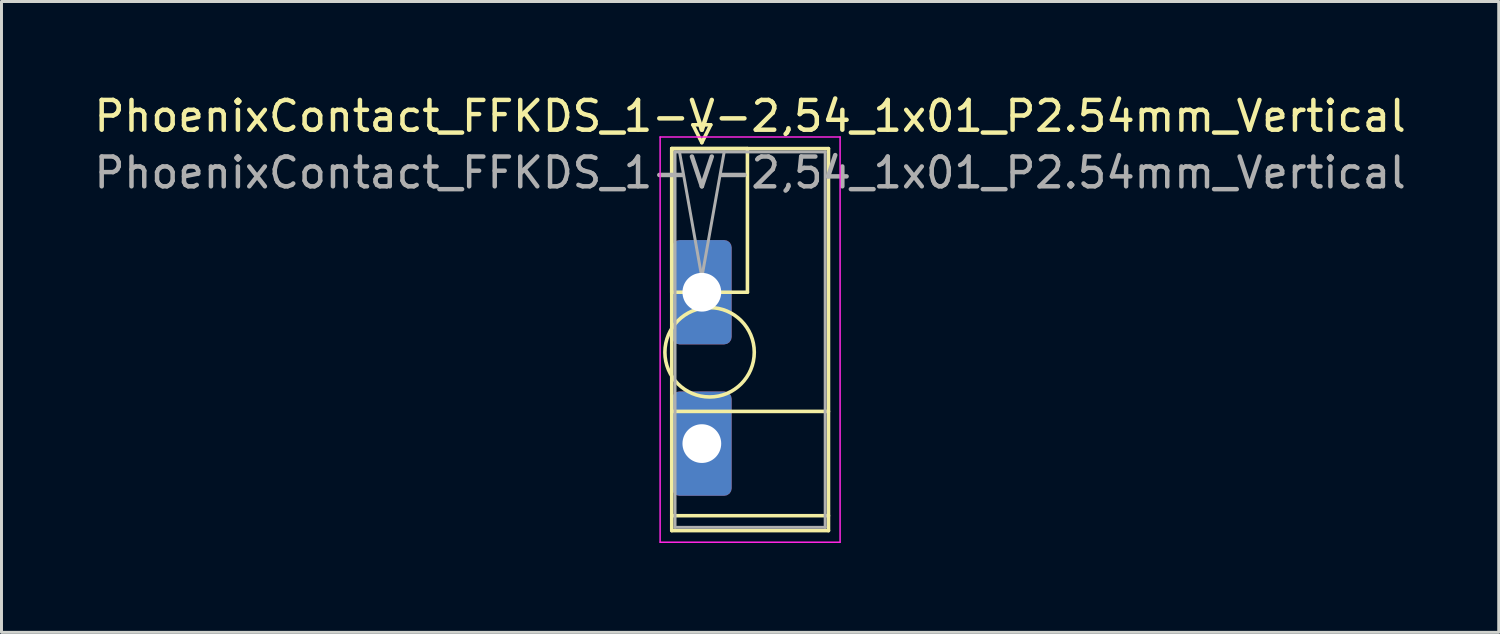
<source format=kicad_pcb>
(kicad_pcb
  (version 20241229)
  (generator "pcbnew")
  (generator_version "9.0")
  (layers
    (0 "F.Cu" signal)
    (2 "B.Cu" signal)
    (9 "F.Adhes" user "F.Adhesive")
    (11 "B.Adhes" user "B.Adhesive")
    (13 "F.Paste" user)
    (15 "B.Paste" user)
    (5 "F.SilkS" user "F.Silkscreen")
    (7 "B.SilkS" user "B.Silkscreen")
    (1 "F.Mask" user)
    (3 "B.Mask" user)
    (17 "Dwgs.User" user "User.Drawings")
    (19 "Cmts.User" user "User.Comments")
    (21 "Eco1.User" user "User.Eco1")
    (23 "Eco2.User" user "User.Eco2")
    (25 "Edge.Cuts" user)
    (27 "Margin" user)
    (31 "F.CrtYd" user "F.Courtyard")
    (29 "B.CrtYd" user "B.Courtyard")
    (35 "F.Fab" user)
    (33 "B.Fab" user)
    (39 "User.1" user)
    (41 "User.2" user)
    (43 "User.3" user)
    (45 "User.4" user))
  (footprint "PhoenixContact_FFKDS_1-V-2,54_1x01_P2.54mm_Vertical"
    (layer "F.Cu")
    (at 20.505 6.758)
    (property "Reference" "PhoenixContact_FFKDS_1-V-2,54_1x01_P2.54mm_Vertical" (at 1.62 -5.91 0) (layer "F.SilkS") (effects (font (size 1 1) (thickness 0.15))))
    (attr through_hole)
    (fp_line (start -1.01 -4.82) (end -1.01 0) (stroke (width 0.12) (type solid)) (layer "F.SilkS"))
    (fp_line (start -1.01 -4.82) (end -1.01 8) (stroke (width 0.12) (type solid)) (layer "F.SilkS"))
    (fp_line (start -1.01 0) (end 1.53 0) (stroke (width 0.12) (type solid)) (layer "F.SilkS"))
    (fp_line (start -1.01 4) (end 4.25 4) (stroke (width 0.12) (type solid)) (layer "F.SilkS"))
    (fp_line (start -1.01 7.5) (end 4.25 7.5) (stroke (width 0.12) (type solid)) (layer "F.SilkS"))
    (fp_line (start -1.01 8) (end 4.25 8) (stroke (width 0.12) (type solid)) (layer "F.SilkS"))
    (fp_line (start -0.3 -5.62) (end 0.3 -5.62) (stroke (width 0.12) (type solid)) (layer "F.SilkS"))
    (fp_line (start 0 -5.02) (end -0.3 -5.62) (stroke (width 0.12) (type solid)) (layer "F.SilkS"))
    (fp_line (start 0.3 -5.62) (end 0 -5.02) (stroke (width 0.12) (type solid)) (layer "F.SilkS"))
    (fp_line (start 1.53 -4.82) (end -1.01 -4.82) (stroke (width 0.12) (type solid)) (layer "F.SilkS"))
    (fp_line (start 1.53 0) (end 1.53 -4.82) (stroke (width 0.12) (type solid)) (layer "F.SilkS"))
    (fp_line (start 4.25 -4.82) (end -1.01 -4.82) (stroke (width 0.12) (type solid)) (layer "F.SilkS"))
    (fp_line (start 4.25 8) (end 4.25 -4.82) (stroke (width 0.12) (type solid)) (layer "F.SilkS"))
    (fp_circle (center 0.26 2.015) (end 1.76 2.015) (stroke (width 0.12) (type solid)) (fill no) (layer "F.SilkS"))
    (fp_line (start -1.4 -5.21) (end -1.4 8.39) (stroke (width 0.05) (type solid)) (layer "F.CrtYd"))
    (fp_line (start -1.4 8.39) (end 4.64 8.39) (stroke (width 0.05) (type solid)) (layer "F.CrtYd"))
    (fp_line (start 4.64 -5.21) (end -1.4 -5.21) (stroke (width 0.05) (type solid)) (layer "F.CrtYd"))
    (fp_line (start 4.64 8.39) (end 4.64 -5.21) (stroke (width 0.05) (type solid)) (layer "F.CrtYd"))
    (fp_line (start -0.9 -4.71) (end -0.9 7.89) (stroke (width 0.1) (type solid)) (layer "F.Fab"))
    (fp_line (start -0.9 7.89) (end 4.14 7.89) (stroke (width 0.1) (type solid)) (layer "F.Fab"))
    (fp_line (start 0 -0.5) (end -0.75 -4.71) (stroke (width 0.1) (type solid)) (layer "F.Fab"))
    (fp_line (start 0.75 -4.71) (end 0 -0.5) (stroke (width 0.1) (type solid)) (layer "F.Fab"))
    (fp_line (start 4.14 -4.71) (end -0.9 -4.71) (stroke (width 0.1) (type solid)) (layer "F.Fab"))
    (fp_line (start 4.14 7.89) (end 4.14 -4.71) (stroke (width 0.1) (type solid)) (layer "F.Fab"))
    (fp_text user "${REFERENCE}" (at 1.62 -4.01 0) (layer "F.Fab") (effects (font (size 1 1) (thickness 0.15))))
    (pad "1" thru_hole roundrect (at 0 0) (size 2 3.5) (drill 1.3) (layers "*.Cu" "*.Mask") (roundrect_rratio 0.125))
    (pad "1" thru_hole roundrect (at 0 5.08) (size 2 3.5) (drill 1.3) (layers "*.Cu" "*.Mask") (roundrect_rratio 0.125)))
  (gr_rect
    (start -3 -3)
    (end 47.25 18.173)
    (stroke (width 0.1) (type default))
    (fill no)
    (layer "Edge.Cuts")))
</source>
